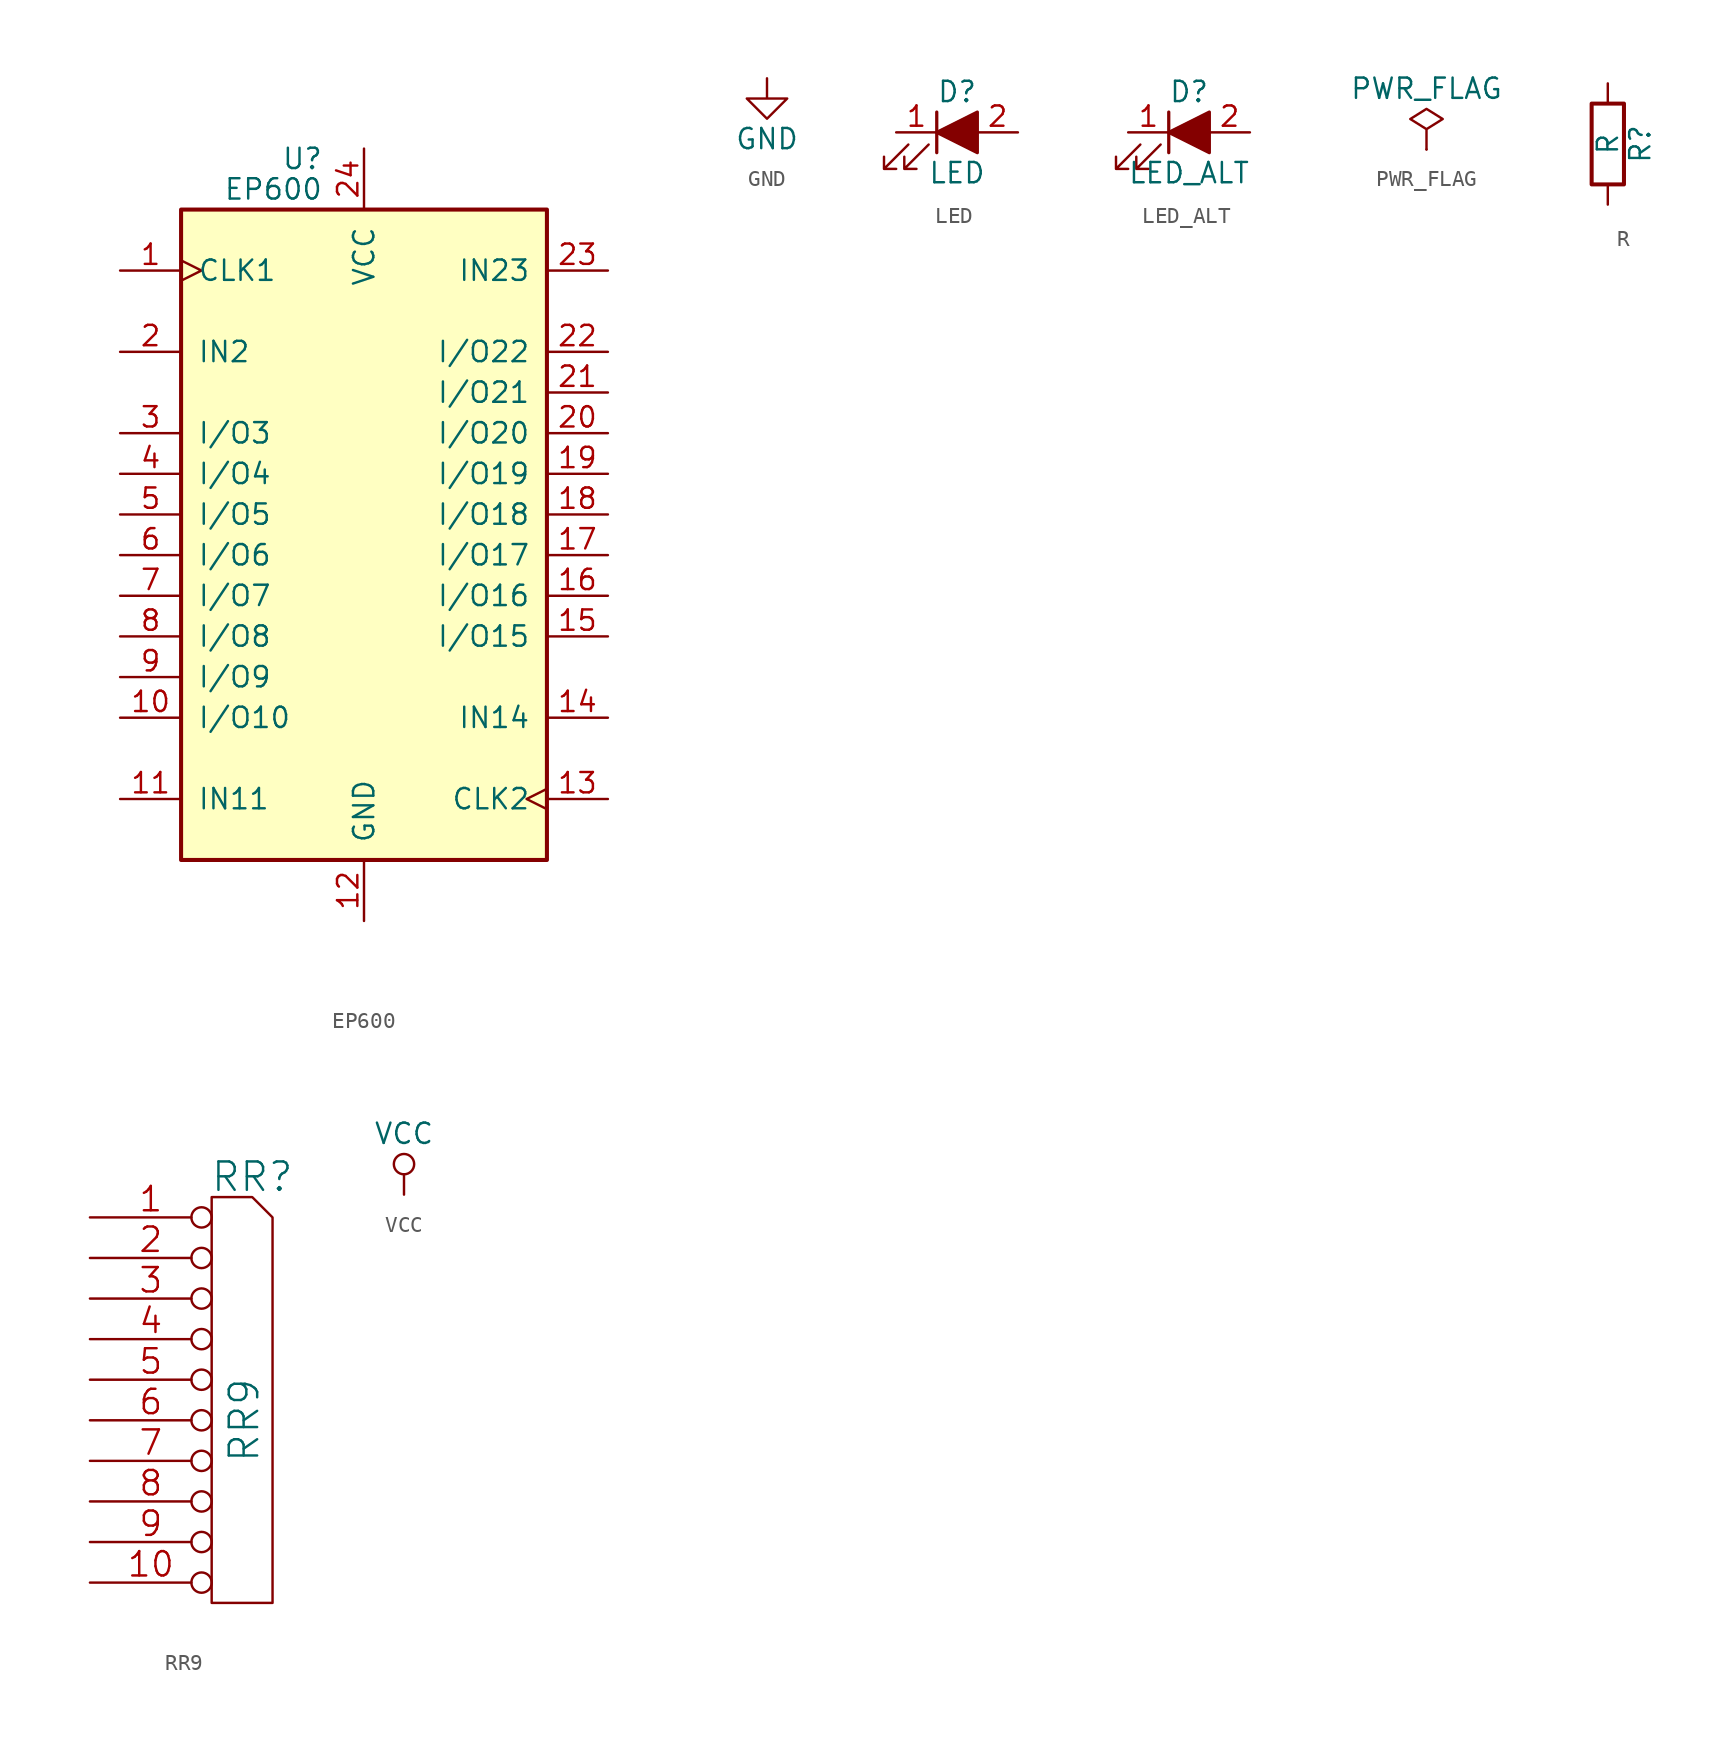
<source format=kicad_sym>
(kicad_symbol_lib
  (version 20201005)
  (generator kicad_symbol_editor)
  (symbol "interf_u_schlib:EP600"
    (pin_names
      (offset 1.016))
    (property "Reference" "U"
      (at -2.54 24.765 0)
      (effects (font (size 1.27 1.27)) (justify right)))
    (property "Value" "EP600"
      (at -2.54 22.86 0)
      (effects (font (size 1.27 1.27)) (justify right)))
    (symbol "EP600_0_1"
      (rectangle (start -11.43 -19.05) (end 11.43 21.59) (stroke (width 0.254)) (fill (type background))))
    (symbol "EP600_1_1"
      (pin input clock (at -15.24 17.78 0) (length 3.81) (name "CLK1" (effects (font (size 1.27 1.27)))) (number "1" (effects (font (size 1.27 1.27)))))
      (pin passive line (at -15.24 -10.16 0) (length 3.81) (name "I/O10" (effects (font (size 1.27 1.27)))) (number "10" (effects (font (size 1.27 1.27)))))
      (pin input line (at -15.24 -15.24 0) (length 3.81) (name "IN11" (effects (font (size 1.27 1.27)))) (number "11" (effects (font (size 1.27 1.27)))))
      (pin power_in line (at 0 -22.86 90) (length 3.81) (name "GND" (effects (font (size 1.27 1.27)))) (number "12" (effects (font (size 1.27 1.27)))))
      (pin input clock (at 15.24 -15.24 180) (length 3.81) (name "CLK2" (effects (font (size 1.27 1.27)))) (number "13" (effects (font (size 1.27 1.27)))))
      (pin input line (at 15.24 -10.16 180) (length 3.81) (name "IN14" (effects (font (size 1.27 1.27)))) (number "14" (effects (font (size 1.27 1.27)))))
      (pin passive line (at 15.24 -5.08 180) (length 3.81) (name "I/O15" (effects (font (size 1.27 1.27)))) (number "15" (effects (font (size 1.27 1.27)))))
      (pin passive line (at 15.24 -2.54 180) (length 3.81) (name "I/O16" (effects (font (size 1.27 1.27)))) (number "16" (effects (font (size 1.27 1.27)))))
      (pin passive line (at 15.24 0 180) (length 3.81) (name "I/O17" (effects (font (size 1.27 1.27)))) (number "17" (effects (font (size 1.27 1.27)))))
      (pin passive line (at 15.24 2.54 180) (length 3.81) (name "I/O18" (effects (font (size 1.27 1.27)))) (number "18" (effects (font (size 1.27 1.27)))))
      (pin passive line (at 15.24 5.08 180) (length 3.81) (name "I/O19" (effects (font (size 1.27 1.27)))) (number "19" (effects (font (size 1.27 1.27)))))
      (pin input line (at -15.24 12.7 0) (length 3.81) (name "IN2" (effects (font (size 1.27 1.27)))) (number "2" (effects (font (size 1.27 1.27)))))
      (pin passive line (at 15.24 7.62 180) (length 3.81) (name "I/O20" (effects (font (size 1.27 1.27)))) (number "20" (effects (font (size 1.27 1.27)))))
      (pin passive line (at 15.24 10.16 180) (length 3.81) (name "I/O21" (effects (font (size 1.27 1.27)))) (number "21" (effects (font (size 1.27 1.27)))))
      (pin passive line (at 15.24 12.7 180) (length 3.81) (name "I/O22" (effects (font (size 1.27 1.27)))) (number "22" (effects (font (size 1.27 1.27)))))
      (pin input line (at 15.24 17.78 180) (length 3.81) (name "IN23" (effects (font (size 1.27 1.27)))) (number "23" (effects (font (size 1.27 1.27)))))
      (pin power_in line (at 0 25.4 270) (length 3.81) (name "VCC" (effects (font (size 1.27 1.27)))) (number "24" (effects (font (size 1.27 1.27)))))
      (pin passive line (at -15.24 7.62 0) (length 3.81) (name "I/O3" (effects (font (size 1.27 1.27)))) (number "3" (effects (font (size 1.27 1.27)))))
      (pin passive line (at -15.24 5.08 0) (length 3.81) (name "I/O4" (effects (font (size 1.27 1.27)))) (number "4" (effects (font (size 1.27 1.27)))))
      (pin passive line (at -15.24 2.54 0) (length 3.81) (name "I/O5" (effects (font (size 1.27 1.27)))) (number "5" (effects (font (size 1.27 1.27)))))
      (pin passive line (at -15.24 0 0) (length 3.81) (name "I/O6" (effects (font (size 1.27 1.27)))) (number "6" (effects (font (size 1.27 1.27)))))
      (pin passive line (at -15.24 -2.54 0) (length 3.81) (name "I/O7" (effects (font (size 1.27 1.27)))) (number "7" (effects (font (size 1.27 1.27)))))
      (pin passive line (at -15.24 -5.08 0) (length 3.81) (name "I/O8" (effects (font (size 1.27 1.27)))) (number "8" (effects (font (size 1.27 1.27)))))
      (pin passive line (at -15.24 -7.62 0) (length 3.81) (name "I/O9" (effects (font (size 1.27 1.27)))) (number "9" (effects (font (size 1.27 1.27)))))))
  (symbol "interf_u_schlib:GND"
    (power)
    (pin_names
      (offset 0))
    (property "Reference" "#PWR"
      (at 0 -6.35 0)
      (effects (font (size 1.27 1.27)) hide))
    (property "Value" "GND"
      (at 0 -3.81 0)
      (effects (font (size 1.27 1.27))))
    (symbol "GND_0_1"
      (polyline (pts (xy 0 0) (xy 0 -1.27) (xy 1.27 -1.27) (xy 0 -2.54) (xy -1.27 -1.27) (xy 0 -1.27)) (stroke (width 0)) (fill (type none))))
    (symbol "GND_1_1"
      (pin power_in line (at 0 0 270) (length 0) hide (name "GND" (effects (font (size 1.27 1.27)))) (number "1" (effects (font (size 1.27 1.27)))))))
  (symbol "interf_u_schlib:LED"
    (pin_names
      (offset 1.016) hide)
    (property "Reference" "D"
      (at 0 2.54 0)
      (effects (font (size 1.27 1.27))))
    (property "Value" "LED"
      (at 0 -2.54 0)
      (effects (font (size 1.27 1.27))))
    (symbol "LED_0_1"
      (polyline (pts (xy -1.27 -1.27) (xy -1.27 1.27)) (stroke (width 0.203)) (fill (type none)))
      (polyline (pts (xy -1.27 0) (xy 1.27 0)) (stroke (width 0)) (fill (type none)))
      (polyline (pts (xy 1.27 -1.27) (xy 1.27 1.27) (xy -1.27 0) (xy 1.27 -1.27)) (stroke (width 0.203)) (fill (type outline)))
      (polyline (pts (xy -3.048 -0.762) (xy -4.572 -2.286) (xy -3.81 -2.286) (xy -4.572 -2.286) (xy -4.572 -1.524)) (stroke (width 0)) (fill (type none)))
      (polyline (pts (xy -1.778 -0.762) (xy -3.302 -2.286) (xy -2.54 -2.286) (xy -3.302 -2.286) (xy -3.302 -1.524)) (stroke (width 0)) (fill (type none))))
    (symbol "LED_1_1"
      (pin passive line (at -3.81 0 0) (length 2.54) (name "K" (effects (font (size 1.27 1.27)))) (number "1" (effects (font (size 1.27 1.27)))))
      (pin passive line (at 3.81 0 180) (length 2.54) (name "A" (effects (font (size 1.27 1.27)))) (number "2" (effects (font (size 1.27 1.27)))))))
  (symbol "interf_u_schlib:LED_ALT"
    (pin_names
      (offset 1.016) hide)
    (property "Reference" "D"
      (at 0 2.54 0)
      (effects (font (size 1.27 1.27))))
    (property "Value" "LED_ALT"
      (at 0 -2.54 0)
      (effects (font (size 1.27 1.27))))
    (symbol "LED_ALT_0_1"
      (polyline (pts (xy -1.27 -1.27) (xy -1.27 1.27)) (stroke (width 0.203)) (fill (type none)))
      (polyline (pts (xy -1.27 0) (xy 1.27 0)) (stroke (width 0)) (fill (type none)))
      (polyline (pts (xy 1.27 -1.27) (xy 1.27 1.27) (xy -1.27 0) (xy 1.27 -1.27)) (stroke (width 0.203)) (fill (type outline)))
      (polyline (pts (xy -3.048 -0.762) (xy -4.572 -2.286) (xy -3.81 -2.286) (xy -4.572 -2.286) (xy -4.572 -1.524)) (stroke (width 0)) (fill (type none)))
      (polyline (pts (xy -1.778 -0.762) (xy -3.302 -2.286) (xy -2.54 -2.286) (xy -3.302 -2.286) (xy -3.302 -1.524)) (stroke (width 0)) (fill (type none))))
    (symbol "LED_ALT_1_1"
      (pin passive line (at -3.81 0 0) (length 2.54) (name "K" (effects (font (size 1.27 1.27)))) (number "1" (effects (font (size 1.27 1.27)))))
      (pin passive line (at 3.81 0 180) (length 2.54) (name "A" (effects (font (size 1.27 1.27)))) (number "2" (effects (font (size 1.27 1.27)))))))
  (symbol "interf_u_schlib:PWR_FLAG"
    (power)
    (pin_numbers hide)
    (pin_names
      (offset 0) hide)
    (property "Reference" "#FLG"
      (at 0 1.905 0)
      (effects (font (size 1.27 1.27)) hide))
    (property "Value" "PWR_FLAG"
      (at 0 3.81 0)
      (effects (font (size 1.27 1.27))))
    (symbol "PWR_FLAG_0_1"
      (polyline (pts (xy 0 0) (xy 0 1.27) (xy -1.016 1.905) (xy 0 2.54) (xy 1.016 1.905) (xy 0 1.27)) (stroke (width 0)) (fill (type none))))
    (symbol "PWR_FLAG_0_0"
      (pin power_out line (at 0 0 90) (length 0) (name "pwr" (effects (font (size 1.27 1.27)))) (number "1" (effects (font (size 1.27 1.27)))))))
  (symbol "interf_u_schlib:R"
    (pin_numbers hide)
    (pin_names
      (offset 0))
    (property "Reference" "R"
      (at 2.032 0 90)
      (effects (font (size 1.27 1.27))))
    (property "Value" "R"
      (at 0 0 90)
      (effects (font (size 1.27 1.27))))
    (symbol "R_0_1"
      (rectangle (start -1.016 -2.54) (end 1.016 2.54) (stroke (width 0.254)) (fill (type none))))
    (symbol "R_1_1"
      (pin passive line (at 0 3.81 270) (length 1.27) (name "~" (effects (font (size 1.27 1.27)))) (number "1" (effects (font (size 1.27 1.27)))))
      (pin passive line (at 0 -3.81 90) (length 1.27) (name "~" (effects (font (size 1.27 1.27)))) (number "2" (effects (font (size 1.27 1.27)))))))
  (symbol "interf_u_schlib:RR9"
    (pin_names
      (offset 1.016) hide)
    (property "Reference" "RR"
      (at 1.27 15.24 0)
      (effects (font (size 1.778 1.778))))
    (property "Value" "RR9"
      (at 0.762 0 90)
      (effects (font (size 1.778 1.778))))
    (property "Footprint" ""
      (at 0 0 0)
      (effects (font (size 1.524 1.524))))
    (property "Datasheet" ""
      (at 0 0 0)
      (effects (font (size 1.524 1.524))))
    (symbol "RR9_0_1"
      (polyline (pts (xy -1.27 -11.43) (xy -1.27 13.97) (xy 1.27 13.97) (xy 2.54 12.7) (xy 2.54 -11.43) (xy -1.27 -11.43)) (stroke (width 0)) (fill (type none))))
    (symbol "RR9_1_1"
      (pin passive inverted (at -8.89 12.7 0) (length 7.62) (name "COM" (effects (font (size 1.524 1.524)))) (number "1" (effects (font (size 1.524 1.524)))))
      (pin passive inverted (at -8.89 -10.16 0) (length 7.62) (name "10" (effects (font (size 1.524 1.524)))) (number "10" (effects (font (size 1.524 1.524)))))
      (pin passive inverted (at -8.89 10.16 0) (length 7.62) (name "2" (effects (font (size 1.524 1.524)))) (number "2" (effects (font (size 1.524 1.524)))))
      (pin passive inverted (at -8.89 7.62 0) (length 7.62) (name "3" (effects (font (size 1.524 1.524)))) (number "3" (effects (font (size 1.524 1.524)))))
      (pin passive inverted (at -8.89 5.08 0) (length 7.62) (name "4" (effects (font (size 1.524 1.524)))) (number "4" (effects (font (size 1.524 1.524)))))
      (pin passive inverted (at -8.89 2.54 0) (length 7.62) (name "5" (effects (font (size 1.524 1.524)))) (number "5" (effects (font (size 1.524 1.524)))))
      (pin passive inverted (at -8.89 0 0) (length 7.62) (name "6" (effects (font (size 1.524 1.524)))) (number "6" (effects (font (size 1.524 1.524)))))
      (pin passive inverted (at -8.89 -2.54 0) (length 7.62) (name "7" (effects (font (size 1.524 1.524)))) (number "7" (effects (font (size 1.524 1.524)))))
      (pin passive inverted (at -8.89 -5.08 0) (length 7.62) (name "8" (effects (font (size 1.524 1.524)))) (number "8" (effects (font (size 1.524 1.524)))))
      (pin passive inverted (at -8.89 -7.62 0) (length 7.62) (name "9" (effects (font (size 1.524 1.524)))) (number "9" (effects (font (size 1.524 1.524)))))))
  (symbol "interf_u_schlib:VCC"
    (power)
    (pin_names
      (offset 0))
    (property "Reference" "#PWR"
      (at 0 -3.81 0)
      (effects (font (size 1.27 1.27)) hide))
    (property "Value" "VCC"
      (at 0 3.81 0)
      (effects (font (size 1.27 1.27))))
    (symbol "VCC_0_1"
      (circle (center 0 1.905) (radius 0.635) (stroke (width 0)) (fill (type none)))
      (polyline (pts (xy 0 0) (xy 0 1.27)) (stroke (width 0)) (fill (type none))))
    (symbol "VCC_1_1"
      (pin power_in line (at 0 0 90) (length 0) hide (name "VCC" (effects (font (size 1.27 1.27)))) (number "1" (effects (font (size 1.27 1.27))))))))
</source>
